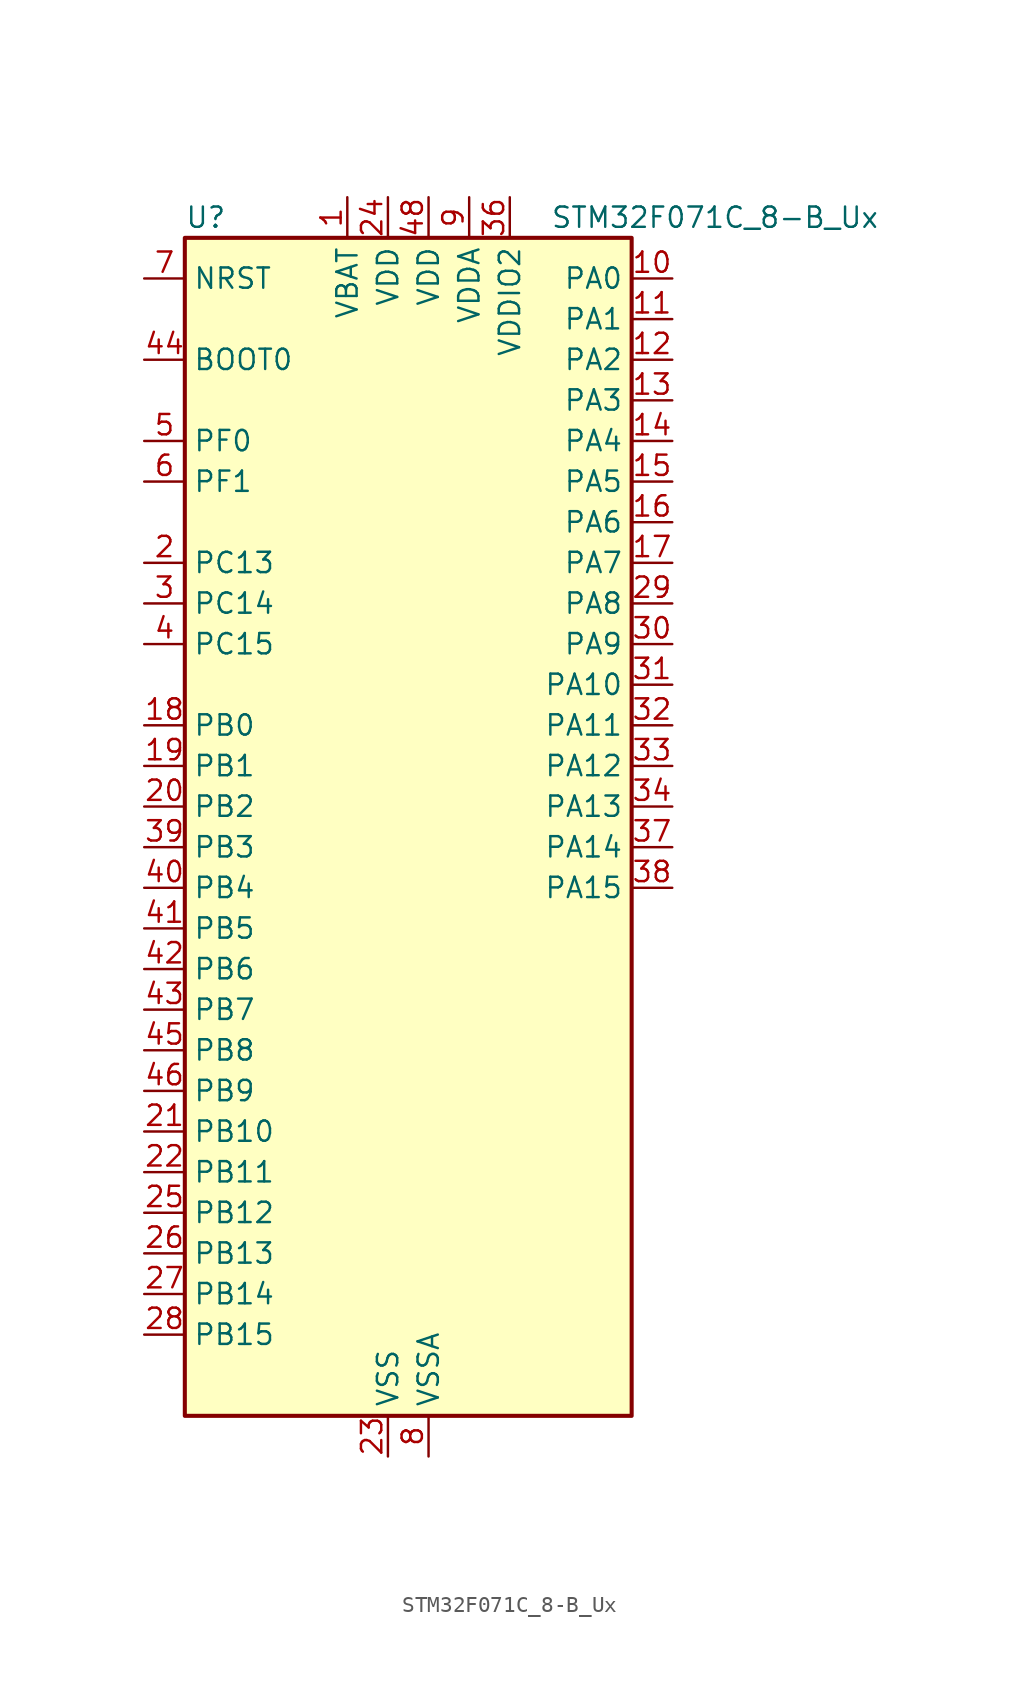
<source format=kicad_sym>
(kicad_symbol_lib
  (version 20231120)
  (generator "kicad_symbol_editor")
  (generator_version "8.0")
  (symbol "STM32F071C_8-B_Ux"
    (property "Reference" "U"
      (at -12.7 39.37 0)
      (effects (font (size 1.27 1.27)) (justify left)))
    (property "Value" "STM32F071C_8-B_Ux"
      (at 10.16 39.37 0)
      (effects (font (size 1.27 1.27)) (justify left)))
    (property "ki_locked" ""
      (at 0 0 0)
      (effects (font (size 1.27 1.27))))
    (symbol "STM32F071C_8-B_Ux_0_1"
      (rectangle (start -12.7 -35.56) (end 15.24 38.1) (stroke (width 0.254) (type default)) (fill (type background))))
    (symbol "STM32F071C_8-B_Ux_1_1"
      (pin power_in line (at -2.54 40.64 270) (length 2.54) (name "VBAT" (effects (font (size 1.27 1.27)))) (number "1" (effects (font (size 1.27 1.27)))))
      (pin bidirectional line (at 17.78 35.56 180) (length 2.54) (name "PA0" (effects (font (size 1.27 1.27)))) (number "10" (effects (font (size 1.27 1.27)))) (alternate "ADC_IN0" bidirectional line) (alternate "COMP1_INM" bidirectional line) (alternate "COMP1_OUT" bidirectional line) (alternate "RTC_TAMP2" bidirectional line) (alternate "SYS_WKUP1" bidirectional line) (alternate "TIM2_CH1" bidirectional line) (alternate "TIM2_ETR" bidirectional line) (alternate "TSC_G1_IO1" bidirectional line) (alternate "USART2_CTS" bidirectional line) (alternate "USART4_TX" bidirectional line))
      (pin bidirectional line (at 17.78 33.02 180) (length 2.54) (name "PA1" (effects (font (size 1.27 1.27)))) (number "11" (effects (font (size 1.27 1.27)))) (alternate "ADC_IN1" bidirectional line) (alternate "COMP1_INP" bidirectional line) (alternate "TIM15_CH1N" bidirectional line) (alternate "TIM2_CH2" bidirectional line) (alternate "TSC_G1_IO2" bidirectional line) (alternate "USART2_DE" bidirectional line) (alternate "USART2_RTS" bidirectional line) (alternate "USART4_RX" bidirectional line))
      (pin bidirectional line (at 17.78 30.48 180) (length 2.54) (name "PA2" (effects (font (size 1.27 1.27)))) (number "12" (effects (font (size 1.27 1.27)))) (alternate "ADC_IN2" bidirectional line) (alternate "COMP2_INM" bidirectional line) (alternate "COMP2_OUT" bidirectional line) (alternate "SYS_WKUP4" bidirectional line) (alternate "TIM15_CH1" bidirectional line) (alternate "TIM2_CH3" bidirectional line) (alternate "TSC_G1_IO3" bidirectional line) (alternate "USART2_TX" bidirectional line))
      (pin bidirectional line (at 17.78 27.94 180) (length 2.54) (name "PA3" (effects (font (size 1.27 1.27)))) (number "13" (effects (font (size 1.27 1.27)))) (alternate "ADC_IN3" bidirectional line) (alternate "COMP2_INP" bidirectional line) (alternate "TIM15_CH2" bidirectional line) (alternate "TIM2_CH4" bidirectional line) (alternate "TSC_G1_IO4" bidirectional line) (alternate "USART2_RX" bidirectional line))
      (pin bidirectional line (at 17.78 25.4 180) (length 2.54) (name "PA4" (effects (font (size 1.27 1.27)))) (number "14" (effects (font (size 1.27 1.27)))) (alternate "ADC_IN4" bidirectional line) (alternate "COMP1_INM" bidirectional line) (alternate "COMP2_INM" bidirectional line) (alternate "DAC_OUT1" bidirectional line) (alternate "I2S1_WS" bidirectional line) (alternate "SPI1_NSS" bidirectional line) (alternate "TIM14_CH1" bidirectional line) (alternate "TSC_G2_IO1" bidirectional line) (alternate "USART2_CK" bidirectional line))
      (pin bidirectional line (at 17.78 22.86 180) (length 2.54) (name "PA5" (effects (font (size 1.27 1.27)))) (number "15" (effects (font (size 1.27 1.27)))) (alternate "ADC_IN5" bidirectional line) (alternate "CEC" bidirectional line) (alternate "COMP1_INM" bidirectional line) (alternate "COMP2_INM" bidirectional line) (alternate "DAC_OUT2" bidirectional line) (alternate "I2S1_CK" bidirectional line) (alternate "SPI1_SCK" bidirectional line) (alternate "TIM2_CH1" bidirectional line) (alternate "TIM2_ETR" bidirectional line) (alternate "TSC_G2_IO2" bidirectional line))
      (pin bidirectional line (at 17.78 20.32 180) (length 2.54) (name "PA6" (effects (font (size 1.27 1.27)))) (number "16" (effects (font (size 1.27 1.27)))) (alternate "ADC_IN6" bidirectional line) (alternate "COMP1_OUT" bidirectional line) (alternate "I2S1_MCK" bidirectional line) (alternate "SPI1_MISO" bidirectional line) (alternate "TIM16_CH1" bidirectional line) (alternate "TIM1_BKIN" bidirectional line) (alternate "TIM3_CH1" bidirectional line) (alternate "TSC_G2_IO3" bidirectional line) (alternate "USART3_CTS" bidirectional line))
      (pin bidirectional line (at 17.78 17.78 180) (length 2.54) (name "PA7" (effects (font (size 1.27 1.27)))) (number "17" (effects (font (size 1.27 1.27)))) (alternate "ADC_IN7" bidirectional line) (alternate "COMP2_OUT" bidirectional line) (alternate "I2S1_SD" bidirectional line) (alternate "SPI1_MOSI" bidirectional line) (alternate "TIM14_CH1" bidirectional line) (alternate "TIM17_CH1" bidirectional line) (alternate "TIM1_CH1N" bidirectional line) (alternate "TIM3_CH2" bidirectional line) (alternate "TSC_G2_IO4" bidirectional line))
      (pin bidirectional line (at -15.24 7.62 0) (length 2.54) (name "PB0" (effects (font (size 1.27 1.27)))) (number "18" (effects (font (size 1.27 1.27)))) (alternate "ADC_IN8" bidirectional line) (alternate "TIM1_CH2N" bidirectional line) (alternate "TIM3_CH3" bidirectional line) (alternate "TSC_G3_IO2" bidirectional line) (alternate "USART3_CK" bidirectional line))
      (pin bidirectional line (at -15.24 5.08 0) (length 2.54) (name "PB1" (effects (font (size 1.27 1.27)))) (number "19" (effects (font (size 1.27 1.27)))) (alternate "ADC_IN9" bidirectional line) (alternate "TIM14_CH1" bidirectional line) (alternate "TIM1_CH3N" bidirectional line) (alternate "TIM3_CH4" bidirectional line) (alternate "TSC_G3_IO3" bidirectional line) (alternate "USART3_DE" bidirectional line) (alternate "USART3_RTS" bidirectional line))
      (pin bidirectional line (at -15.24 17.78 0) (length 2.54) (name "PC13" (effects (font (size 1.27 1.27)))) (number "2" (effects (font (size 1.27 1.27)))) (alternate "RTC_OUT_ALARM" bidirectional line) (alternate "RTC_OUT_CALIB" bidirectional line) (alternate "RTC_TAMP1" bidirectional line) (alternate "RTC_TS" bidirectional line) (alternate "SYS_WKUP2" bidirectional line))
      (pin bidirectional line (at -15.24 2.54 0) (length 2.54) (name "PB2" (effects (font (size 1.27 1.27)))) (number "20" (effects (font (size 1.27 1.27)))) (alternate "TSC_G3_IO4" bidirectional line))
      (pin bidirectional line (at -15.24 -17.78 0) (length 2.54) (name "PB10" (effects (font (size 1.27 1.27)))) (number "21" (effects (font (size 1.27 1.27)))) (alternate "CEC" bidirectional line) (alternate "I2C2_SCL" bidirectional line) (alternate "I2S2_CK" bidirectional line) (alternate "SPI2_SCK" bidirectional line) (alternate "TIM2_CH3" bidirectional line) (alternate "TSC_SYNC" bidirectional line) (alternate "USART3_TX" bidirectional line))
      (pin bidirectional line (at -15.24 -20.32 0) (length 2.54) (name "PB11" (effects (font (size 1.27 1.27)))) (number "22" (effects (font (size 1.27 1.27)))) (alternate "I2C2_SDA" bidirectional line) (alternate "TIM2_CH4" bidirectional line) (alternate "TSC_G6_IO1" bidirectional line) (alternate "USART3_RX" bidirectional line))
      (pin power_in line (at 0 -38.1 90) (length 2.54) (name "VSS" (effects (font (size 1.27 1.27)))) (number "23" (effects (font (size 1.27 1.27)))))
      (pin power_in line (at 0 40.64 270) (length 2.54) (name "VDD" (effects (font (size 1.27 1.27)))) (number "24" (effects (font (size 1.27 1.27)))))
      (pin bidirectional line (at -15.24 -22.86 0) (length 2.54) (name "PB12" (effects (font (size 1.27 1.27)))) (number "25" (effects (font (size 1.27 1.27)))) (alternate "I2S2_WS" bidirectional line) (alternate "SPI2_NSS" bidirectional line) (alternate "TIM15_BKIN" bidirectional line) (alternate "TIM1_BKIN" bidirectional line) (alternate "TSC_G6_IO2" bidirectional line) (alternate "USART3_CK" bidirectional line))
      (pin bidirectional line (at -15.24 -25.4 0) (length 2.54) (name "PB13" (effects (font (size 1.27 1.27)))) (number "26" (effects (font (size 1.27 1.27)))) (alternate "I2C2_SCL" bidirectional line) (alternate "I2S2_CK" bidirectional line) (alternate "SPI2_SCK" bidirectional line) (alternate "TIM1_CH1N" bidirectional line) (alternate "TSC_G6_IO3" bidirectional line) (alternate "USART3_CTS" bidirectional line))
      (pin bidirectional line (at -15.24 -27.94 0) (length 2.54) (name "PB14" (effects (font (size 1.27 1.27)))) (number "27" (effects (font (size 1.27 1.27)))) (alternate "I2C2_SDA" bidirectional line) (alternate "I2S2_MCK" bidirectional line) (alternate "SPI2_MISO" bidirectional line) (alternate "TIM15_CH1" bidirectional line) (alternate "TIM1_CH2N" bidirectional line) (alternate "TSC_G6_IO4" bidirectional line) (alternate "USART3_DE" bidirectional line) (alternate "USART3_RTS" bidirectional line))
      (pin bidirectional line (at -15.24 -30.48 0) (length 2.54) (name "PB15" (effects (font (size 1.27 1.27)))) (number "28" (effects (font (size 1.27 1.27)))) (alternate "I2S2_SD" bidirectional line) (alternate "RTC_REFIN" bidirectional line) (alternate "SPI2_MOSI" bidirectional line) (alternate "SYS_WKUP7" bidirectional line) (alternate "TIM15_CH1N" bidirectional line) (alternate "TIM15_CH2" bidirectional line) (alternate "TIM1_CH3N" bidirectional line))
      (pin bidirectional line (at 17.78 15.24 180) (length 2.54) (name "PA8" (effects (font (size 1.27 1.27)))) (number "29" (effects (font (size 1.27 1.27)))) (alternate "CRS_SYNC" bidirectional line) (alternate "RCC_MCO" bidirectional line) (alternate "TIM1_CH1" bidirectional line) (alternate "USART1_CK" bidirectional line))
      (pin bidirectional line (at -15.24 15.24 0) (length 2.54) (name "PC14" (effects (font (size 1.27 1.27)))) (number "3" (effects (font (size 1.27 1.27)))) (alternate "RCC_OSC32_IN" bidirectional line))
      (pin bidirectional line (at 17.78 12.7 180) (length 2.54) (name "PA9" (effects (font (size 1.27 1.27)))) (number "30" (effects (font (size 1.27 1.27)))) (alternate "DAC_EXTI9" bidirectional line) (alternate "TIM15_BKIN" bidirectional line) (alternate "TIM1_CH2" bidirectional line) (alternate "TSC_G4_IO1" bidirectional line) (alternate "USART1_TX" bidirectional line))
      (pin bidirectional line (at 17.78 10.16 180) (length 2.54) (name "PA10" (effects (font (size 1.27 1.27)))) (number "31" (effects (font (size 1.27 1.27)))) (alternate "TIM17_BKIN" bidirectional line) (alternate "TIM1_CH3" bidirectional line) (alternate "TSC_G4_IO2" bidirectional line) (alternate "USART1_RX" bidirectional line))
      (pin bidirectional line (at 17.78 7.62 180) (length 2.54) (name "PA11" (effects (font (size 1.27 1.27)))) (number "32" (effects (font (size 1.27 1.27)))) (alternate "COMP1_OUT" bidirectional line) (alternate "TIM1_CH4" bidirectional line) (alternate "TSC_G4_IO3" bidirectional line) (alternate "USART1_CTS" bidirectional line))
      (pin bidirectional line (at 17.78 5.08 180) (length 2.54) (name "PA12" (effects (font (size 1.27 1.27)))) (number "33" (effects (font (size 1.27 1.27)))) (alternate "COMP2_OUT" bidirectional line) (alternate "TIM1_ETR" bidirectional line) (alternate "TSC_G4_IO4" bidirectional line) (alternate "USART1_DE" bidirectional line) (alternate "USART1_RTS" bidirectional line))
      (pin bidirectional line (at 17.78 2.54 180) (length 2.54) (name "PA13" (effects (font (size 1.27 1.27)))) (number "34" (effects (font (size 1.27 1.27)))) (alternate "IR_OUT" bidirectional line) (alternate "SYS_SWDIO" bidirectional line))
      (pin passive line (at 0 -38.1 90) (length 2.54) hide (name "VSS" (effects (font (size 1.27 1.27)))) (number "35" (effects (font (size 1.27 1.27)))))
      (pin power_in line (at 7.62 40.64 270) (length 2.54) (name "VDDIO2" (effects (font (size 1.27 1.27)))) (number "36" (effects (font (size 1.27 1.27)))))
      (pin bidirectional line (at 17.78 0 180) (length 2.54) (name "PA14" (effects (font (size 1.27 1.27)))) (number "37" (effects (font (size 1.27 1.27)))) (alternate "SYS_SWCLK" bidirectional line) (alternate "USART2_TX" bidirectional line))
      (pin bidirectional line (at 17.78 -2.54 180) (length 2.54) (name "PA15" (effects (font (size 1.27 1.27)))) (number "38" (effects (font (size 1.27 1.27)))) (alternate "I2S1_WS" bidirectional line) (alternate "SPI1_NSS" bidirectional line) (alternate "TIM2_CH1" bidirectional line) (alternate "TIM2_ETR" bidirectional line) (alternate "USART2_RX" bidirectional line) (alternate "USART4_DE" bidirectional line) (alternate "USART4_RTS" bidirectional line))
      (pin bidirectional line (at -15.24 0 0) (length 2.54) (name "PB3" (effects (font (size 1.27 1.27)))) (number "39" (effects (font (size 1.27 1.27)))) (alternate "I2S1_CK" bidirectional line) (alternate "SPI1_SCK" bidirectional line) (alternate "TIM2_CH2" bidirectional line) (alternate "TSC_G5_IO1" bidirectional line))
      (pin bidirectional line (at -15.24 12.7 0) (length 2.54) (name "PC15" (effects (font (size 1.27 1.27)))) (number "4" (effects (font (size 1.27 1.27)))) (alternate "RCC_OSC32_OUT" bidirectional line))
      (pin bidirectional line (at -15.24 -2.54 0) (length 2.54) (name "PB4" (effects (font (size 1.27 1.27)))) (number "40" (effects (font (size 1.27 1.27)))) (alternate "I2S1_MCK" bidirectional line) (alternate "SPI1_MISO" bidirectional line) (alternate "TIM17_BKIN" bidirectional line) (alternate "TIM3_CH1" bidirectional line) (alternate "TSC_G5_IO2" bidirectional line))
      (pin bidirectional line (at -15.24 -5.08 0) (length 2.54) (name "PB5" (effects (font (size 1.27 1.27)))) (number "41" (effects (font (size 1.27 1.27)))) (alternate "I2C1_SMBA" bidirectional line) (alternate "I2S1_SD" bidirectional line) (alternate "SPI1_MOSI" bidirectional line) (alternate "SYS_WKUP6" bidirectional line) (alternate "TIM16_BKIN" bidirectional line) (alternate "TIM3_CH2" bidirectional line))
      (pin bidirectional line (at -15.24 -7.62 0) (length 2.54) (name "PB6" (effects (font (size 1.27 1.27)))) (number "42" (effects (font (size 1.27 1.27)))) (alternate "I2C1_SCL" bidirectional line) (alternate "TIM16_CH1N" bidirectional line) (alternate "TSC_G5_IO3" bidirectional line) (alternate "USART1_TX" bidirectional line))
      (pin bidirectional line (at -15.24 -10.16 0) (length 2.54) (name "PB7" (effects (font (size 1.27 1.27)))) (number "43" (effects (font (size 1.27 1.27)))) (alternate "I2C1_SDA" bidirectional line) (alternate "TIM17_CH1N" bidirectional line) (alternate "TSC_G5_IO4" bidirectional line) (alternate "USART1_RX" bidirectional line) (alternate "USART4_CTS" bidirectional line))
      (pin input line (at -15.24 30.48 0) (length 2.54) (name "BOOT0" (effects (font (size 1.27 1.27)))) (number "44" (effects (font (size 1.27 1.27)))))
      (pin bidirectional line (at -15.24 -12.7 0) (length 2.54) (name "PB8" (effects (font (size 1.27 1.27)))) (number "45" (effects (font (size 1.27 1.27)))) (alternate "CEC" bidirectional line) (alternate "I2C1_SCL" bidirectional line) (alternate "TIM16_CH1" bidirectional line) (alternate "TSC_SYNC" bidirectional line))
      (pin bidirectional line (at -15.24 -15.24 0) (length 2.54) (name "PB9" (effects (font (size 1.27 1.27)))) (number "46" (effects (font (size 1.27 1.27)))) (alternate "DAC_EXTI9" bidirectional line) (alternate "I2C1_SDA" bidirectional line) (alternate "I2S2_WS" bidirectional line) (alternate "IR_OUT" bidirectional line) (alternate "SPI2_NSS" bidirectional line) (alternate "TIM17_CH1" bidirectional line))
      (pin passive line (at 0 -38.1 90) (length 2.54) hide (name "VSS" (effects (font (size 1.27 1.27)))) (number "47" (effects (font (size 1.27 1.27)))))
      (pin power_in line (at 2.54 40.64 270) (length 2.54) (name "VDD" (effects (font (size 1.27 1.27)))) (number "48" (effects (font (size 1.27 1.27)))))
      (pin passive line (at 0 -38.1 90) (length 2.54) hide (name "VSS" (effects (font (size 1.27 1.27)))) (number "49" (effects (font (size 1.27 1.27)))))
      (pin bidirectional line (at -15.24 25.4 0) (length 2.54) (name "PF0" (effects (font (size 1.27 1.27)))) (number "5" (effects (font (size 1.27 1.27)))) (alternate "CRS_SYNC" bidirectional line) (alternate "RCC_OSC_IN" bidirectional line))
      (pin bidirectional line (at -15.24 22.86 0) (length 2.54) (name "PF1" (effects (font (size 1.27 1.27)))) (number "6" (effects (font (size 1.27 1.27)))) (alternate "RCC_OSC_OUT" bidirectional line))
      (pin input line (at -15.24 35.56 0) (length 2.54) (name "NRST" (effects (font (size 1.27 1.27)))) (number "7" (effects (font (size 1.27 1.27)))))
      (pin power_in line (at 2.54 -38.1 90) (length 2.54) (name "VSSA" (effects (font (size 1.27 1.27)))) (number "8" (effects (font (size 1.27 1.27)))))
      (pin power_in line (at 5.08 40.64 270) (length 2.54) (name "VDDA" (effects (font (size 1.27 1.27)))) (number "9" (effects (font (size 1.27 1.27))))))))
</source>
